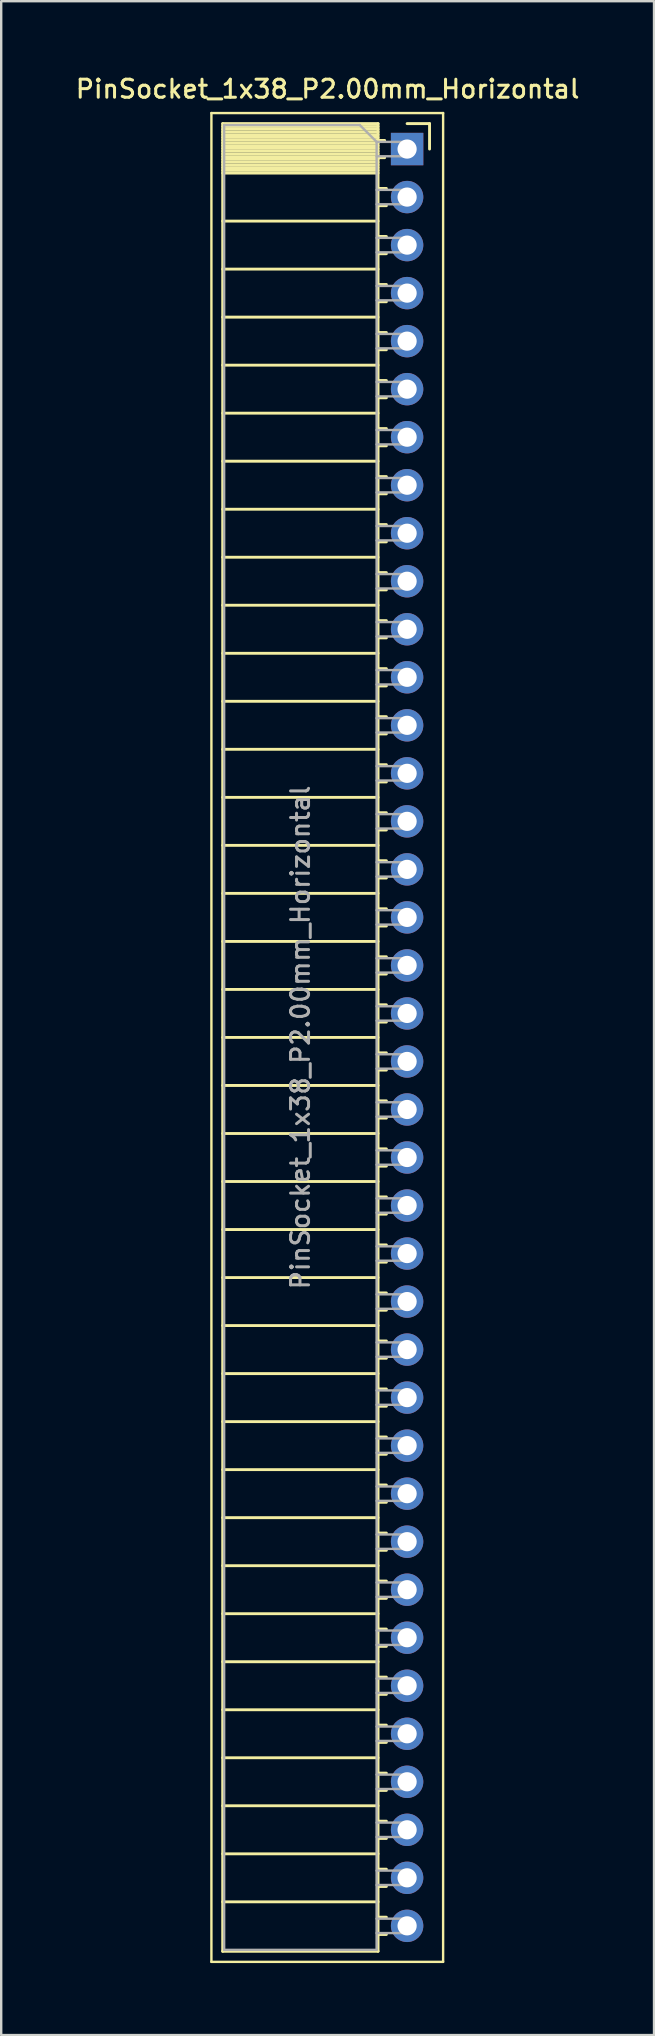
<source format=kicad_pcb>
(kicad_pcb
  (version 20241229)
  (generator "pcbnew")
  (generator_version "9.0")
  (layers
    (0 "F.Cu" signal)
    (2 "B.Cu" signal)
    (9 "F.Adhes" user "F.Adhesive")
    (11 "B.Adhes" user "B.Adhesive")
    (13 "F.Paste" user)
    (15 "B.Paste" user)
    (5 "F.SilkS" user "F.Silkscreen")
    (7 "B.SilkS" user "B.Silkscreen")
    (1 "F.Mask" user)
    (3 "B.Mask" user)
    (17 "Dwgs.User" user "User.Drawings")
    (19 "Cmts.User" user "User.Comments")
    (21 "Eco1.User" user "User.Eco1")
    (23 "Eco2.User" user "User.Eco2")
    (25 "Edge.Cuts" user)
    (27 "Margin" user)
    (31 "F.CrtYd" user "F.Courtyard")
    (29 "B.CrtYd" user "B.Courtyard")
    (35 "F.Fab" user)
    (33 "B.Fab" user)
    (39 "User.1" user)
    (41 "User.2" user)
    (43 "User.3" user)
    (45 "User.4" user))
  (footprint "PinSocket_1x38_P2.00mm_Horizontal"
    (layer "F.Cu")
    (at 13.905 3.158)
    (property "Reference" "PinSocket_1x38_P2.00mm_Horizontal" (at -3.31 -2.5 0) (layer "F.SilkS") (effects (font (size 0.75 0.75) (thickness 0.125))))
    (attr through_hole)
    (fp_line (start -8.15 -1.5) (end -8.15 75.5) (stroke (width 0.1) (type solid)) (layer "F.SilkS"))
    (fp_line (start -8.15 75.5) (end 1.5 75.5) (stroke (width 0.1) (type solid)) (layer "F.SilkS"))
    (fp_line (start -7.68 -1.06) (end -7.68 75.06) (stroke (width 0.12) (type solid)) (layer "F.SilkS"))
    (fp_line (start -7.68 -1.06) (end -1.21 -1.06) (stroke (width 0.12) (type solid)) (layer "F.SilkS"))
    (fp_line (start -7.68 -0.94) (end -1.21 -0.94) (stroke (width 0.12) (type solid)) (layer "F.SilkS"))
    (fp_line (start -7.68 -0.826) (end -1.21 -0.826) (stroke (width 0.12) (type solid)) (layer "F.SilkS"))
    (fp_line (start -7.68 -0.712) (end -1.21 -0.712) (stroke (width 0.12) (type solid)) (layer "F.SilkS"))
    (fp_line (start -7.68 -0.598) (end -1.21 -0.598) (stroke (width 0.12) (type solid)) (layer "F.SilkS"))
    (fp_line (start -7.68 -0.484) (end -1.21 -0.484) (stroke (width 0.12) (type solid)) (layer "F.SilkS"))
    (fp_line (start -7.68 -0.369) (end -1.21 -0.369) (stroke (width 0.12) (type solid)) (layer "F.SilkS"))
    (fp_line (start -7.68 -0.255) (end -1.21 -0.255) (stroke (width 0.12) (type solid)) (layer "F.SilkS"))
    (fp_line (start -7.68 -0.141) (end -1.21 -0.141) (stroke (width 0.12) (type solid)) (layer "F.SilkS"))
    (fp_line (start -7.68 -0.027) (end -1.21 -0.027) (stroke (width 0.12) (type solid)) (layer "F.SilkS"))
    (fp_line (start -7.68 0.087) (end -1.21 0.087) (stroke (width 0.12) (type solid)) (layer "F.SilkS"))
    (fp_line (start -7.68 0.201) (end -1.21 0.201) (stroke (width 0.12) (type solid)) (layer "F.SilkS"))
    (fp_line (start -7.68 0.315) (end -1.21 0.315) (stroke (width 0.12) (type solid)) (layer "F.SilkS"))
    (fp_line (start -7.68 0.429) (end -1.21 0.429) (stroke (width 0.12) (type solid)) (layer "F.SilkS"))
    (fp_line (start -7.68 0.544) (end -1.21 0.544) (stroke (width 0.12) (type solid)) (layer "F.SilkS"))
    (fp_line (start -7.68 0.658) (end -1.21 0.658) (stroke (width 0.12) (type solid)) (layer "F.SilkS"))
    (fp_line (start -7.68 0.772) (end -1.21 0.772) (stroke (width 0.12) (type solid)) (layer "F.SilkS"))
    (fp_line (start -7.68 0.886) (end -1.21 0.886) (stroke (width 0.12) (type solid)) (layer "F.SilkS"))
    (fp_line (start -7.68 1) (end -1.21 1) (stroke (width 0.12) (type solid)) (layer "F.SilkS"))
    (fp_line (start -7.68 3) (end -1.21 3) (stroke (width 0.12) (type solid)) (layer "F.SilkS"))
    (fp_line (start -7.68 5) (end -1.21 5) (stroke (width 0.12) (type solid)) (layer "F.SilkS"))
    (fp_line (start -7.68 7) (end -1.21 7) (stroke (width 0.12) (type solid)) (layer "F.SilkS"))
    (fp_line (start -7.68 9) (end -1.21 9) (stroke (width 0.12) (type solid)) (layer "F.SilkS"))
    (fp_line (start -7.68 11) (end -1.21 11) (stroke (width 0.12) (type solid)) (layer "F.SilkS"))
    (fp_line (start -7.68 13) (end -1.21 13) (stroke (width 0.12) (type solid)) (layer "F.SilkS"))
    (fp_line (start -7.68 15) (end -1.21 15) (stroke (width 0.12) (type solid)) (layer "F.SilkS"))
    (fp_line (start -7.68 17) (end -1.21 17) (stroke (width 0.12) (type solid)) (layer "F.SilkS"))
    (fp_line (start -7.68 19) (end -1.21 19) (stroke (width 0.12) (type solid)) (layer "F.SilkS"))
    (fp_line (start -7.68 21) (end -1.21 21) (stroke (width 0.12) (type solid)) (layer "F.SilkS"))
    (fp_line (start -7.68 23) (end -1.21 23) (stroke (width 0.12) (type solid)) (layer "F.SilkS"))
    (fp_line (start -7.68 25) (end -1.21 25) (stroke (width 0.12) (type solid)) (layer "F.SilkS"))
    (fp_line (start -7.68 27) (end -1.21 27) (stroke (width 0.12) (type solid)) (layer "F.SilkS"))
    (fp_line (start -7.68 29) (end -1.21 29) (stroke (width 0.12) (type solid)) (layer "F.SilkS"))
    (fp_line (start -7.68 31) (end -1.21 31) (stroke (width 0.12) (type solid)) (layer "F.SilkS"))
    (fp_line (start -7.68 33) (end -1.21 33) (stroke (width 0.12) (type solid)) (layer "F.SilkS"))
    (fp_line (start -7.68 35) (end -1.21 35) (stroke (width 0.12) (type solid)) (layer "F.SilkS"))
    (fp_line (start -7.68 37) (end -1.21 37) (stroke (width 0.12) (type solid)) (layer "F.SilkS"))
    (fp_line (start -7.68 39) (end -1.21 39) (stroke (width 0.12) (type solid)) (layer "F.SilkS"))
    (fp_line (start -7.68 41) (end -1.21 41) (stroke (width 0.12) (type solid)) (layer "F.SilkS"))
    (fp_line (start -7.68 43) (end -1.21 43) (stroke (width 0.12) (type solid)) (layer "F.SilkS"))
    (fp_line (start -7.68 45) (end -1.21 45) (stroke (width 0.12) (type solid)) (layer "F.SilkS"))
    (fp_line (start -7.68 47) (end -1.21 47) (stroke (width 0.12) (type solid)) (layer "F.SilkS"))
    (fp_line (start -7.68 49) (end -1.21 49) (stroke (width 0.12) (type solid)) (layer "F.SilkS"))
    (fp_line (start -7.68 51) (end -1.21 51) (stroke (width 0.12) (type solid)) (layer "F.SilkS"))
    (fp_line (start -7.68 53) (end -1.21 53) (stroke (width 0.12) (type solid)) (layer "F.SilkS"))
    (fp_line (start -7.68 55) (end -1.21 55) (stroke (width 0.12) (type solid)) (layer "F.SilkS"))
    (fp_line (start -7.68 57) (end -1.21 57) (stroke (width 0.12) (type solid)) (layer "F.SilkS"))
    (fp_line (start -7.68 59) (end -1.21 59) (stroke (width 0.12) (type solid)) (layer "F.SilkS"))
    (fp_line (start -7.68 61) (end -1.21 61) (stroke (width 0.12) (type solid)) (layer "F.SilkS"))
    (fp_line (start -7.68 63) (end -1.21 63) (stroke (width 0.12) (type solid)) (layer "F.SilkS"))
    (fp_line (start -7.68 65) (end -1.21 65) (stroke (width 0.12) (type solid)) (layer "F.SilkS"))
    (fp_line (start -7.68 67) (end -1.21 67) (stroke (width 0.12) (type solid)) (layer "F.SilkS"))
    (fp_line (start -7.68 69) (end -1.21 69) (stroke (width 0.12) (type solid)) (layer "F.SilkS"))
    (fp_line (start -7.68 71) (end -1.21 71) (stroke (width 0.12) (type solid)) (layer "F.SilkS"))
    (fp_line (start -7.68 73) (end -1.21 73) (stroke (width 0.12) (type solid)) (layer "F.SilkS"))
    (fp_line (start -7.68 75.06) (end -1.21 75.06) (stroke (width 0.12) (type solid)) (layer "F.SilkS"))
    (fp_line (start -1.21 -1.06) (end -1.21 75.06) (stroke (width 0.12) (type solid)) (layer "F.SilkS"))
    (fp_line (start -1.21 -0.36) (end -0.935 -0.36) (stroke (width 0.12) (type solid)) (layer "F.SilkS"))
    (fp_line (start -1.21 0.36) (end -0.935 0.36) (stroke (width 0.12) (type solid)) (layer "F.SilkS"))
    (fp_line (start -1.21 1.64) (end -0.863 1.64) (stroke (width 0.12) (type solid)) (layer "F.SilkS"))
    (fp_line (start -1.21 2.36) (end -0.863 2.36) (stroke (width 0.12) (type solid)) (layer "F.SilkS"))
    (fp_line (start -1.21 3.64) (end -0.863 3.64) (stroke (width 0.12) (type solid)) (layer "F.SilkS"))
    (fp_line (start -1.21 4.36) (end -0.863 4.36) (stroke (width 0.12) (type solid)) (layer "F.SilkS"))
    (fp_line (start -1.21 5.64) (end -0.863 5.64) (stroke (width 0.12) (type solid)) (layer "F.SilkS"))
    (fp_line (start -1.21 6.36) (end -0.863 6.36) (stroke (width 0.12) (type solid)) (layer "F.SilkS"))
    (fp_line (start -1.21 7.64) (end -0.863 7.64) (stroke (width 0.12) (type solid)) (layer "F.SilkS"))
    (fp_line (start -1.21 8.36) (end -0.863 8.36) (stroke (width 0.12) (type solid)) (layer "F.SilkS"))
    (fp_line (start -1.21 9.64) (end -0.863 9.64) (stroke (width 0.12) (type solid)) (layer "F.SilkS"))
    (fp_line (start -1.21 10.36) (end -0.863 10.36) (stroke (width 0.12) (type solid)) (layer "F.SilkS"))
    (fp_line (start -1.21 11.64) (end -0.863 11.64) (stroke (width 0.12) (type solid)) (layer "F.SilkS"))
    (fp_line (start -1.21 12.36) (end -0.863 12.36) (stroke (width 0.12) (type solid)) (layer "F.SilkS"))
    (fp_line (start -1.21 13.64) (end -0.863 13.64) (stroke (width 0.12) (type solid)) (layer "F.SilkS"))
    (fp_line (start -1.21 14.36) (end -0.863 14.36) (stroke (width 0.12) (type solid)) (layer "F.SilkS"))
    (fp_line (start -1.21 15.64) (end -0.863 15.64) (stroke (width 0.12) (type solid)) (layer "F.SilkS"))
    (fp_line (start -1.21 16.36) (end -0.863 16.36) (stroke (width 0.12) (type solid)) (layer "F.SilkS"))
    (fp_line (start -1.21 17.64) (end -0.863 17.64) (stroke (width 0.12) (type solid)) (layer "F.SilkS"))
    (fp_line (start -1.21 18.36) (end -0.863 18.36) (stroke (width 0.12) (type solid)) (layer "F.SilkS"))
    (fp_line (start -1.21 19.64) (end -0.863 19.64) (stroke (width 0.12) (type solid)) (layer "F.SilkS"))
    (fp_line (start -1.21 20.36) (end -0.863 20.36) (stroke (width 0.12) (type solid)) (layer "F.SilkS"))
    (fp_line (start -1.21 21.64) (end -0.863 21.64) (stroke (width 0.12) (type solid)) (layer "F.SilkS"))
    (fp_line (start -1.21 22.36) (end -0.863 22.36) (stroke (width 0.12) (type solid)) (layer "F.SilkS"))
    (fp_line (start -1.21 23.64) (end -0.863 23.64) (stroke (width 0.12) (type solid)) (layer "F.SilkS"))
    (fp_line (start -1.21 24.36) (end -0.863 24.36) (stroke (width 0.12) (type solid)) (layer "F.SilkS"))
    (fp_line (start -1.21 25.64) (end -0.863 25.64) (stroke (width 0.12) (type solid)) (layer "F.SilkS"))
    (fp_line (start -1.21 26.36) (end -0.863 26.36) (stroke (width 0.12) (type solid)) (layer "F.SilkS"))
    (fp_line (start -1.21 27.64) (end -0.863 27.64) (stroke (width 0.12) (type solid)) (layer "F.SilkS"))
    (fp_line (start -1.21 28.36) (end -0.863 28.36) (stroke (width 0.12) (type solid)) (layer "F.SilkS"))
    (fp_line (start -1.21 29.64) (end -0.863 29.64) (stroke (width 0.12) (type solid)) (layer "F.SilkS"))
    (fp_line (start -1.21 30.36) (end -0.863 30.36) (stroke (width 0.12) (type solid)) (layer "F.SilkS"))
    (fp_line (start -1.21 31.64) (end -0.863 31.64) (stroke (width 0.12) (type solid)) (layer "F.SilkS"))
    (fp_line (start -1.21 32.36) (end -0.863 32.36) (stroke (width 0.12) (type solid)) (layer "F.SilkS"))
    (fp_line (start -1.21 33.64) (end -0.863 33.64) (stroke (width 0.12) (type solid)) (layer "F.SilkS"))
    (fp_line (start -1.21 34.36) (end -0.863 34.36) (stroke (width 0.12) (type solid)) (layer "F.SilkS"))
    (fp_line (start -1.21 35.64) (end -0.863 35.64) (stroke (width 0.12) (type solid)) (layer "F.SilkS"))
    (fp_line (start -1.21 36.36) (end -0.863 36.36) (stroke (width 0.12) (type solid)) (layer "F.SilkS"))
    (fp_line (start -1.21 37.64) (end -0.863 37.64) (stroke (width 0.12) (type solid)) (layer "F.SilkS"))
    (fp_line (start -1.21 38.36) (end -0.863 38.36) (stroke (width 0.12) (type solid)) (layer "F.SilkS"))
    (fp_line (start -1.21 39.64) (end -0.863 39.64) (stroke (width 0.12) (type solid)) (layer "F.SilkS"))
    (fp_line (start -1.21 40.36) (end -0.863 40.36) (stroke (width 0.12) (type solid)) (layer "F.SilkS"))
    (fp_line (start -1.21 41.64) (end -0.863 41.64) (stroke (width 0.12) (type solid)) (layer "F.SilkS"))
    (fp_line (start -1.21 42.36) (end -0.863 42.36) (stroke (width 0.12) (type solid)) (layer "F.SilkS"))
    (fp_line (start -1.21 43.64) (end -0.863 43.64) (stroke (width 0.12) (type solid)) (layer "F.SilkS"))
    (fp_line (start -1.21 44.36) (end -0.863 44.36) (stroke (width 0.12) (type solid)) (layer "F.SilkS"))
    (fp_line (start -1.21 45.64) (end -0.863 45.64) (stroke (width 0.12) (type solid)) (layer "F.SilkS"))
    (fp_line (start -1.21 46.36) (end -0.863 46.36) (stroke (width 0.12) (type solid)) (layer "F.SilkS"))
    (fp_line (start -1.21 47.64) (end -0.863 47.64) (stroke (width 0.12) (type solid)) (layer "F.SilkS"))
    (fp_line (start -1.21 48.36) (end -0.863 48.36) (stroke (width 0.12) (type solid)) (layer "F.SilkS"))
    (fp_line (start -1.21 49.64) (end -0.863 49.64) (stroke (width 0.12) (type solid)) (layer "F.SilkS"))
    (fp_line (start -1.21 50.36) (end -0.863 50.36) (stroke (width 0.12) (type solid)) (layer "F.SilkS"))
    (fp_line (start -1.21 51.64) (end -0.863 51.64) (stroke (width 0.12) (type solid)) (layer "F.SilkS"))
    (fp_line (start -1.21 52.36) (end -0.863 52.36) (stroke (width 0.12) (type solid)) (layer "F.SilkS"))
    (fp_line (start -1.21 53.64) (end -0.863 53.64) (stroke (width 0.12) (type solid)) (layer "F.SilkS"))
    (fp_line (start -1.21 54.36) (end -0.863 54.36) (stroke (width 0.12) (type solid)) (layer "F.SilkS"))
    (fp_line (start -1.21 55.64) (end -0.863 55.64) (stroke (width 0.12) (type solid)) (layer "F.SilkS"))
    (fp_line (start -1.21 56.36) (end -0.863 56.36) (stroke (width 0.12) (type solid)) (layer "F.SilkS"))
    (fp_line (start -1.21 57.64) (end -0.863 57.64) (stroke (width 0.12) (type solid)) (layer "F.SilkS"))
    (fp_line (start -1.21 58.36) (end -0.863 58.36) (stroke (width 0.12) (type solid)) (layer "F.SilkS"))
    (fp_line (start -1.21 59.64) (end -0.863 59.64) (stroke (width 0.12) (type solid)) (layer "F.SilkS"))
    (fp_line (start -1.21 60.36) (end -0.863 60.36) (stroke (width 0.12) (type solid)) (layer "F.SilkS"))
    (fp_line (start -1.21 61.64) (end -0.863 61.64) (stroke (width 0.12) (type solid)) (layer "F.SilkS"))
    (fp_line (start -1.21 62.36) (end -0.863 62.36) (stroke (width 0.12) (type solid)) (layer "F.SilkS"))
    (fp_line (start -1.21 63.64) (end -0.863 63.64) (stroke (width 0.12) (type solid)) (layer "F.SilkS"))
    (fp_line (start -1.21 64.36) (end -0.863 64.36) (stroke (width 0.12) (type solid)) (layer "F.SilkS"))
    (fp_line (start -1.21 65.64) (end -0.863 65.64) (stroke (width 0.12) (type solid)) (layer "F.SilkS"))
    (fp_line (start -1.21 66.36) (end -0.863 66.36) (stroke (width 0.12) (type solid)) (layer "F.SilkS"))
    (fp_line (start -1.21 67.64) (end -0.863 67.64) (stroke (width 0.12) (type solid)) (layer "F.SilkS"))
    (fp_line (start -1.21 68.36) (end -0.863 68.36) (stroke (width 0.12) (type solid)) (layer "F.SilkS"))
    (fp_line (start -1.21 69.64) (end -0.863 69.64) (stroke (width 0.12) (type solid)) (layer "F.SilkS"))
    (fp_line (start -1.21 70.36) (end -0.863 70.36) (stroke (width 0.12) (type solid)) (layer "F.SilkS"))
    (fp_line (start -1.21 71.64) (end -0.863 71.64) (stroke (width 0.12) (type solid)) (layer "F.SilkS"))
    (fp_line (start -1.21 72.36) (end -0.863 72.36) (stroke (width 0.12) (type solid)) (layer "F.SilkS"))
    (fp_line (start -1.21 73.64) (end -0.863 73.64) (stroke (width 0.12) (type solid)) (layer "F.SilkS"))
    (fp_line (start -1.21 74.36) (end -0.863 74.36) (stroke (width 0.12) (type solid)) (layer "F.SilkS"))
    (fp_line (start 0 -1.06) (end 0.935 -1.06) (stroke (width 0.12) (type solid)) (layer "F.SilkS"))
    (fp_line (start 0.935 -1.06) (end 0.935 0) (stroke (width 0.12) (type solid)) (layer "F.SilkS"))
    (fp_line (start 1.5 -1.5) (end -8.15 -1.5) (stroke (width 0.1) (type solid)) (layer "F.SilkS"))
    (fp_line (start 1.5 75.5) (end 1.5 -1.5) (stroke (width 0.1) (type solid)) (layer "F.SilkS"))
    (fp_line (start -7.62 -1) (end -1.97 -1) (stroke (width 0.1) (type solid)) (layer "F.Fab"))
    (fp_line (start -7.62 75) (end -7.62 -1) (stroke (width 0.1) (type solid)) (layer "F.Fab"))
    (fp_line (start -1.97 -1) (end -1.27 -0.3) (stroke (width 0.1) (type solid)) (layer "F.Fab"))
    (fp_line (start -1.27 -0.3) (end -1.27 75) (stroke (width 0.1) (type solid)) (layer "F.Fab"))
    (fp_line (start -1.27 0.3) (end 0 0.3) (stroke (width 0.1) (type solid)) (layer "F.Fab"))
    (fp_line (start -1.27 2.3) (end 0 2.3) (stroke (width 0.1) (type solid)) (layer "F.Fab"))
    (fp_line (start -1.27 4.3) (end 0 4.3) (stroke (width 0.1) (type solid)) (layer "F.Fab"))
    (fp_line (start -1.27 6.3) (end 0 6.3) (stroke (width 0.1) (type solid)) (layer "F.Fab"))
    (fp_line (start -1.27 8.3) (end 0 8.3) (stroke (width 0.1) (type solid)) (layer "F.Fab"))
    (fp_line (start -1.27 10.3) (end 0 10.3) (stroke (width 0.1) (type solid)) (layer "F.Fab"))
    (fp_line (start -1.27 12.3) (end 0 12.3) (stroke (width 0.1) (type solid)) (layer "F.Fab"))
    (fp_line (start -1.27 14.3) (end 0 14.3) (stroke (width 0.1) (type solid)) (layer "F.Fab"))
    (fp_line (start -1.27 16.3) (end 0 16.3) (stroke (width 0.1) (type solid)) (layer "F.Fab"))
    (fp_line (start -1.27 18.3) (end 0 18.3) (stroke (width 0.1) (type solid)) (layer "F.Fab"))
    (fp_line (start -1.27 20.3) (end 0 20.3) (stroke (width 0.1) (type solid)) (layer "F.Fab"))
    (fp_line (start -1.27 22.3) (end 0 22.3) (stroke (width 0.1) (type solid)) (layer "F.Fab"))
    (fp_line (start -1.27 24.3) (end 0 24.3) (stroke (width 0.1) (type solid)) (layer "F.Fab"))
    (fp_line (start -1.27 26.3) (end 0 26.3) (stroke (width 0.1) (type solid)) (layer "F.Fab"))
    (fp_line (start -1.27 28.3) (end 0 28.3) (stroke (width 0.1) (type solid)) (layer "F.Fab"))
    (fp_line (start -1.27 30.3) (end 0 30.3) (stroke (width 0.1) (type solid)) (layer "F.Fab"))
    (fp_line (start -1.27 32.3) (end 0 32.3) (stroke (width 0.1) (type solid)) (layer "F.Fab"))
    (fp_line (start -1.27 34.3) (end 0 34.3) (stroke (width 0.1) (type solid)) (layer "F.Fab"))
    (fp_line (start -1.27 36.3) (end 0 36.3) (stroke (width 0.1) (type solid)) (layer "F.Fab"))
    (fp_line (start -1.27 38.3) (end 0 38.3) (stroke (width 0.1) (type solid)) (layer "F.Fab"))
    (fp_line (start -1.27 40.3) (end 0 40.3) (stroke (width 0.1) (type solid)) (layer "F.Fab"))
    (fp_line (start -1.27 42.3) (end 0 42.3) (stroke (width 0.1) (type solid)) (layer "F.Fab"))
    (fp_line (start -1.27 44.3) (end 0 44.3) (stroke (width 0.1) (type solid)) (layer "F.Fab"))
    (fp_line (start -1.27 46.3) (end 0 46.3) (stroke (width 0.1) (type solid)) (layer "F.Fab"))
    (fp_line (start -1.27 48.3) (end 0 48.3) (stroke (width 0.1) (type solid)) (layer "F.Fab"))
    (fp_line (start -1.27 50.3) (end 0 50.3) (stroke (width 0.1) (type solid)) (layer "F.Fab"))
    (fp_line (start -1.27 52.3) (end 0 52.3) (stroke (width 0.1) (type solid)) (layer "F.Fab"))
    (fp_line (start -1.27 54.3) (end 0 54.3) (stroke (width 0.1) (type solid)) (layer "F.Fab"))
    (fp_line (start -1.27 56.3) (end 0 56.3) (stroke (width 0.1) (type solid)) (layer "F.Fab"))
    (fp_line (start -1.27 58.3) (end 0 58.3) (stroke (width 0.1) (type solid)) (layer "F.Fab"))
    (fp_line (start -1.27 60.3) (end 0 60.3) (stroke (width 0.1) (type solid)) (layer "F.Fab"))
    (fp_line (start -1.27 62.3) (end 0 62.3) (stroke (width 0.1) (type solid)) (layer "F.Fab"))
    (fp_line (start -1.27 64.3) (end 0 64.3) (stroke (width 0.1) (type solid)) (layer "F.Fab"))
    (fp_line (start -1.27 66.3) (end 0 66.3) (stroke (width 0.1) (type solid)) (layer "F.Fab"))
    (fp_line (start -1.27 68.3) (end 0 68.3) (stroke (width 0.1) (type solid)) (layer "F.Fab"))
    (fp_line (start -1.27 70.3) (end 0 70.3) (stroke (width 0.1) (type solid)) (layer "F.Fab"))
    (fp_line (start -1.27 72.3) (end 0 72.3) (stroke (width 0.1) (type solid)) (layer "F.Fab"))
    (fp_line (start -1.27 74.3) (end 0 74.3) (stroke (width 0.1) (type solid)) (layer "F.Fab"))
    (fp_line (start -1.27 75) (end -7.62 75) (stroke (width 0.1) (type solid)) (layer "F.Fab"))
    (fp_line (start 0 -0.3) (end -1.27 -0.3) (stroke (width 0.1) (type solid)) (layer "F.Fab"))
    (fp_line (start 0 0.3) (end 0 -0.3) (stroke (width 0.1) (type solid)) (layer "F.Fab"))
    (fp_line (start 0 1.7) (end -1.27 1.7) (stroke (width 0.1) (type solid)) (layer "F.Fab"))
    (fp_line (start 0 2.3) (end 0 1.7) (stroke (width 0.1) (type solid)) (layer "F.Fab"))
    (fp_line (start 0 3.7) (end -1.27 3.7) (stroke (width 0.1) (type solid)) (layer "F.Fab"))
    (fp_line (start 0 4.3) (end 0 3.7) (stroke (width 0.1) (type solid)) (layer "F.Fab"))
    (fp_line (start 0 5.7) (end -1.27 5.7) (stroke (width 0.1) (type solid)) (layer "F.Fab"))
    (fp_line (start 0 6.3) (end 0 5.7) (stroke (width 0.1) (type solid)) (layer "F.Fab"))
    (fp_line (start 0 7.7) (end -1.27 7.7) (stroke (width 0.1) (type solid)) (layer "F.Fab"))
    (fp_line (start 0 8.3) (end 0 7.7) (stroke (width 0.1) (type solid)) (layer "F.Fab"))
    (fp_line (start 0 9.7) (end -1.27 9.7) (stroke (width 0.1) (type solid)) (layer "F.Fab"))
    (fp_line (start 0 10.3) (end 0 9.7) (stroke (width 0.1) (type solid)) (layer "F.Fab"))
    (fp_line (start 0 11.7) (end -1.27 11.7) (stroke (width 0.1) (type solid)) (layer "F.Fab"))
    (fp_line (start 0 12.3) (end 0 11.7) (stroke (width 0.1) (type solid)) (layer "F.Fab"))
    (fp_line (start 0 13.7) (end -1.27 13.7) (stroke (width 0.1) (type solid)) (layer "F.Fab"))
    (fp_line (start 0 14.3) (end 0 13.7) (stroke (width 0.1) (type solid)) (layer "F.Fab"))
    (fp_line (start 0 15.7) (end -1.27 15.7) (stroke (width 0.1) (type solid)) (layer "F.Fab"))
    (fp_line (start 0 16.3) (end 0 15.7) (stroke (width 0.1) (type solid)) (layer "F.Fab"))
    (fp_line (start 0 17.7) (end -1.27 17.7) (stroke (width 0.1) (type solid)) (layer "F.Fab"))
    (fp_line (start 0 18.3) (end 0 17.7) (stroke (width 0.1) (type solid)) (layer "F.Fab"))
    (fp_line (start 0 19.7) (end -1.27 19.7) (stroke (width 0.1) (type solid)) (layer "F.Fab"))
    (fp_line (start 0 20.3) (end 0 19.7) (stroke (width 0.1) (type solid)) (layer "F.Fab"))
    (fp_line (start 0 21.7) (end -1.27 21.7) (stroke (width 0.1) (type solid)) (layer "F.Fab"))
    (fp_line (start 0 22.3) (end 0 21.7) (stroke (width 0.1) (type solid)) (layer "F.Fab"))
    (fp_line (start 0 23.7) (end -1.27 23.7) (stroke (width 0.1) (type solid)) (layer "F.Fab"))
    (fp_line (start 0 24.3) (end 0 23.7) (stroke (width 0.1) (type solid)) (layer "F.Fab"))
    (fp_line (start 0 25.7) (end -1.27 25.7) (stroke (width 0.1) (type solid)) (layer "F.Fab"))
    (fp_line (start 0 26.3) (end 0 25.7) (stroke (width 0.1) (type solid)) (layer "F.Fab"))
    (fp_line (start 0 27.7) (end -1.27 27.7) (stroke (width 0.1) (type solid)) (layer "F.Fab"))
    (fp_line (start 0 28.3) (end 0 27.7) (stroke (width 0.1) (type solid)) (layer "F.Fab"))
    (fp_line (start 0 29.7) (end -1.27 29.7) (stroke (width 0.1) (type solid)) (layer "F.Fab"))
    (fp_line (start 0 30.3) (end 0 29.7) (stroke (width 0.1) (type solid)) (layer "F.Fab"))
    (fp_line (start 0 31.7) (end -1.27 31.7) (stroke (width 0.1) (type solid)) (layer "F.Fab"))
    (fp_line (start 0 32.3) (end 0 31.7) (stroke (width 0.1) (type solid)) (layer "F.Fab"))
    (fp_line (start 0 33.7) (end -1.27 33.7) (stroke (width 0.1) (type solid)) (layer "F.Fab"))
    (fp_line (start 0 34.3) (end 0 33.7) (stroke (width 0.1) (type solid)) (layer "F.Fab"))
    (fp_line (start 0 35.7) (end -1.27 35.7) (stroke (width 0.1) (type solid)) (layer "F.Fab"))
    (fp_line (start 0 36.3) (end 0 35.7) (stroke (width 0.1) (type solid)) (layer "F.Fab"))
    (fp_line (start 0 37.7) (end -1.27 37.7) (stroke (width 0.1) (type solid)) (layer "F.Fab"))
    (fp_line (start 0 38.3) (end 0 37.7) (stroke (width 0.1) (type solid)) (layer "F.Fab"))
    (fp_line (start 0 39.7) (end -1.27 39.7) (stroke (width 0.1) (type solid)) (layer "F.Fab"))
    (fp_line (start 0 40.3) (end 0 39.7) (stroke (width 0.1) (type solid)) (layer "F.Fab"))
    (fp_line (start 0 41.7) (end -1.27 41.7) (stroke (width 0.1) (type solid)) (layer "F.Fab"))
    (fp_line (start 0 42.3) (end 0 41.7) (stroke (width 0.1) (type solid)) (layer "F.Fab"))
    (fp_line (start 0 43.7) (end -1.27 43.7) (stroke (width 0.1) (type solid)) (layer "F.Fab"))
    (fp_line (start 0 44.3) (end 0 43.7) (stroke (width 0.1) (type solid)) (layer "F.Fab"))
    (fp_line (start 0 45.7) (end -1.27 45.7) (stroke (width 0.1) (type solid)) (layer "F.Fab"))
    (fp_line (start 0 46.3) (end 0 45.7) (stroke (width 0.1) (type solid)) (layer "F.Fab"))
    (fp_line (start 0 47.7) (end -1.27 47.7) (stroke (width 0.1) (type solid)) (layer "F.Fab"))
    (fp_line (start 0 48.3) (end 0 47.7) (stroke (width 0.1) (type solid)) (layer "F.Fab"))
    (fp_line (start 0 49.7) (end -1.27 49.7) (stroke (width 0.1) (type solid)) (layer "F.Fab"))
    (fp_line (start 0 50.3) (end 0 49.7) (stroke (width 0.1) (type solid)) (layer "F.Fab"))
    (fp_line (start 0 51.7) (end -1.27 51.7) (stroke (width 0.1) (type solid)) (layer "F.Fab"))
    (fp_line (start 0 52.3) (end 0 51.7) (stroke (width 0.1) (type solid)) (layer "F.Fab"))
    (fp_line (start 0 53.7) (end -1.27 53.7) (stroke (width 0.1) (type solid)) (layer "F.Fab"))
    (fp_line (start 0 54.3) (end 0 53.7) (stroke (width 0.1) (type solid)) (layer "F.Fab"))
    (fp_line (start 0 55.7) (end -1.27 55.7) (stroke (width 0.1) (type solid)) (layer "F.Fab"))
    (fp_line (start 0 56.3) (end 0 55.7) (stroke (width 0.1) (type solid)) (layer "F.Fab"))
    (fp_line (start 0 57.7) (end -1.27 57.7) (stroke (width 0.1) (type solid)) (layer "F.Fab"))
    (fp_line (start 0 58.3) (end 0 57.7) (stroke (width 0.1) (type solid)) (layer "F.Fab"))
    (fp_line (start 0 59.7) (end -1.27 59.7) (stroke (width 0.1) (type solid)) (layer "F.Fab"))
    (fp_line (start 0 60.3) (end 0 59.7) (stroke (width 0.1) (type solid)) (layer "F.Fab"))
    (fp_line (start 0 61.7) (end -1.27 61.7) (stroke (width 0.1) (type solid)) (layer "F.Fab"))
    (fp_line (start 0 62.3) (end 0 61.7) (stroke (width 0.1) (type solid)) (layer "F.Fab"))
    (fp_line (start 0 63.7) (end -1.27 63.7) (stroke (width 0.1) (type solid)) (layer "F.Fab"))
    (fp_line (start 0 64.3) (end 0 63.7) (stroke (width 0.1) (type solid)) (layer "F.Fab"))
    (fp_line (start 0 65.7) (end -1.27 65.7) (stroke (width 0.1) (type solid)) (layer "F.Fab"))
    (fp_line (start 0 66.3) (end 0 65.7) (stroke (width 0.1) (type solid)) (layer "F.Fab"))
    (fp_line (start 0 67.7) (end -1.27 67.7) (stroke (width 0.1) (type solid)) (layer "F.Fab"))
    (fp_line (start 0 68.3) (end 0 67.7) (stroke (width 0.1) (type solid)) (layer "F.Fab"))
    (fp_line (start 0 69.7) (end -1.27 69.7) (stroke (width 0.1) (type solid)) (layer "F.Fab"))
    (fp_line (start 0 70.3) (end 0 69.7) (stroke (width 0.1) (type solid)) (layer "F.Fab"))
    (fp_line (start 0 71.7) (end -1.27 71.7) (stroke (width 0.1) (type solid)) (layer "F.Fab"))
    (fp_line (start 0 72.3) (end 0 71.7) (stroke (width 0.1) (type solid)) (layer "F.Fab"))
    (fp_line (start 0 73.7) (end -1.27 73.7) (stroke (width 0.1) (type solid)) (layer "F.Fab"))
    (fp_line (start 0 74.3) (end 0 73.7) (stroke (width 0.1) (type solid)) (layer "F.Fab"))
    (fp_text user "${REFERENCE}" (at -4.445 37 90) (layer "F.Fab") (effects (font (size 0.75 0.75) (thickness 0.125))))
    (pad "1" thru_hole rect (at 0 0) (size 1.35 1.35) (drill 0.8) (layers "*.Cu" "*.Mask"))
    (pad "2" thru_hole oval (at 0 2) (size 1.35 1.35) (drill 0.8) (layers "*.Cu" "*.Mask"))
    (pad "3" thru_hole oval (at 0 4) (size 1.35 1.35) (drill 0.8) (layers "*.Cu" "*.Mask"))
    (pad "4" thru_hole oval (at 0 6) (size 1.35 1.35) (drill 0.8) (layers "*.Cu" "*.Mask"))
    (pad "5" thru_hole oval (at 0 8) (size 1.35 1.35) (drill 0.8) (layers "*.Cu" "*.Mask"))
    (pad "6" thru_hole oval (at 0 10) (size 1.35 1.35) (drill 0.8) (layers "*.Cu" "*.Mask"))
    (pad "7" thru_hole oval (at 0 12) (size 1.35 1.35) (drill 0.8) (layers "*.Cu" "*.Mask"))
    (pad "8" thru_hole oval (at 0 14) (size 1.35 1.35) (drill 0.8) (layers "*.Cu" "*.Mask"))
    (pad "9" thru_hole oval (at 0 16) (size 1.35 1.35) (drill 0.8) (layers "*.Cu" "*.Mask"))
    (pad "10" thru_hole oval (at 0 18) (size 1.35 1.35) (drill 0.8) (layers "*.Cu" "*.Mask"))
    (pad "11" thru_hole oval (at 0 20) (size 1.35 1.35) (drill 0.8) (layers "*.Cu" "*.Mask"))
    (pad "12" thru_hole oval (at 0 22) (size 1.35 1.35) (drill 0.8) (layers "*.Cu" "*.Mask"))
    (pad "13" thru_hole oval (at 0 24) (size 1.35 1.35) (drill 0.8) (layers "*.Cu" "*.Mask"))
    (pad "14" thru_hole oval (at 0 26) (size 1.35 1.35) (drill 0.8) (layers "*.Cu" "*.Mask"))
    (pad "15" thru_hole oval (at 0 28) (size 1.35 1.35) (drill 0.8) (layers "*.Cu" "*.Mask"))
    (pad "16" thru_hole oval (at 0 30) (size 1.35 1.35) (drill 0.8) (layers "*.Cu" "*.Mask"))
    (pad "17" thru_hole oval (at 0 32) (size 1.35 1.35) (drill 0.8) (layers "*.Cu" "*.Mask"))
    (pad "18" thru_hole oval (at 0 34) (size 1.35 1.35) (drill 0.8) (layers "*.Cu" "*.Mask"))
    (pad "19" thru_hole oval (at 0 36) (size 1.35 1.35) (drill 0.8) (layers "*.Cu" "*.Mask"))
    (pad "20" thru_hole oval (at 0 38) (size 1.35 1.35) (drill 0.8) (layers "*.Cu" "*.Mask"))
    (pad "21" thru_hole oval (at 0 40) (size 1.35 1.35) (drill 0.8) (layers "*.Cu" "*.Mask"))
    (pad "22" thru_hole oval (at 0 42) (size 1.35 1.35) (drill 0.8) (layers "*.Cu" "*.Mask"))
    (pad "23" thru_hole oval (at 0 44) (size 1.35 1.35) (drill 0.8) (layers "*.Cu" "*.Mask"))
    (pad "24" thru_hole oval (at 0 46) (size 1.35 1.35) (drill 0.8) (layers "*.Cu" "*.Mask"))
    (pad "25" thru_hole oval (at 0 48) (size 1.35 1.35) (drill 0.8) (layers "*.Cu" "*.Mask"))
    (pad "26" thru_hole oval (at 0 50) (size 1.35 1.35) (drill 0.8) (layers "*.Cu" "*.Mask"))
    (pad "27" thru_hole oval (at 0 52) (size 1.35 1.35) (drill 0.8) (layers "*.Cu" "*.Mask"))
    (pad "28" thru_hole oval (at 0 54) (size 1.35 1.35) (drill 0.8) (layers "*.Cu" "*.Mask"))
    (pad "29" thru_hole oval (at 0 56) (size 1.35 1.35) (drill 0.8) (layers "*.Cu" "*.Mask"))
    (pad "30" thru_hole oval (at 0 58) (size 1.35 1.35) (drill 0.8) (layers "*.Cu" "*.Mask"))
    (pad "31" thru_hole oval (at 0 60) (size 1.35 1.35) (drill 0.8) (layers "*.Cu" "*.Mask"))
    (pad "32" thru_hole oval (at 0 62) (size 1.35 1.35) (drill 0.8) (layers "*.Cu" "*.Mask"))
    (pad "33" thru_hole oval (at 0 64) (size 1.35 1.35) (drill 0.8) (layers "*.Cu" "*.Mask"))
    (pad "34" thru_hole oval (at 0 66) (size 1.35 1.35) (drill 0.8) (layers "*.Cu" "*.Mask"))
    (pad "35" thru_hole oval (at 0 68) (size 1.35 1.35) (drill 0.8) (layers "*.Cu" "*.Mask"))
    (pad "36" thru_hole oval (at 0 70) (size 1.35 1.35) (drill 0.8) (layers "*.Cu" "*.Mask"))
    (pad "37" thru_hole oval (at 0 72) (size 1.35 1.35) (drill 0.8) (layers "*.Cu" "*.Mask"))
    (pad "38" thru_hole oval (at 0 74) (size 1.35 1.35) (drill 0.8) (layers "*.Cu" "*.Mask")))
  (gr_rect
    (start -3 -3)
    (end 24.189 81.708)
    (stroke (width 0.1) (type default))
    (fill no)
    (layer "Edge.Cuts")))
</source>
